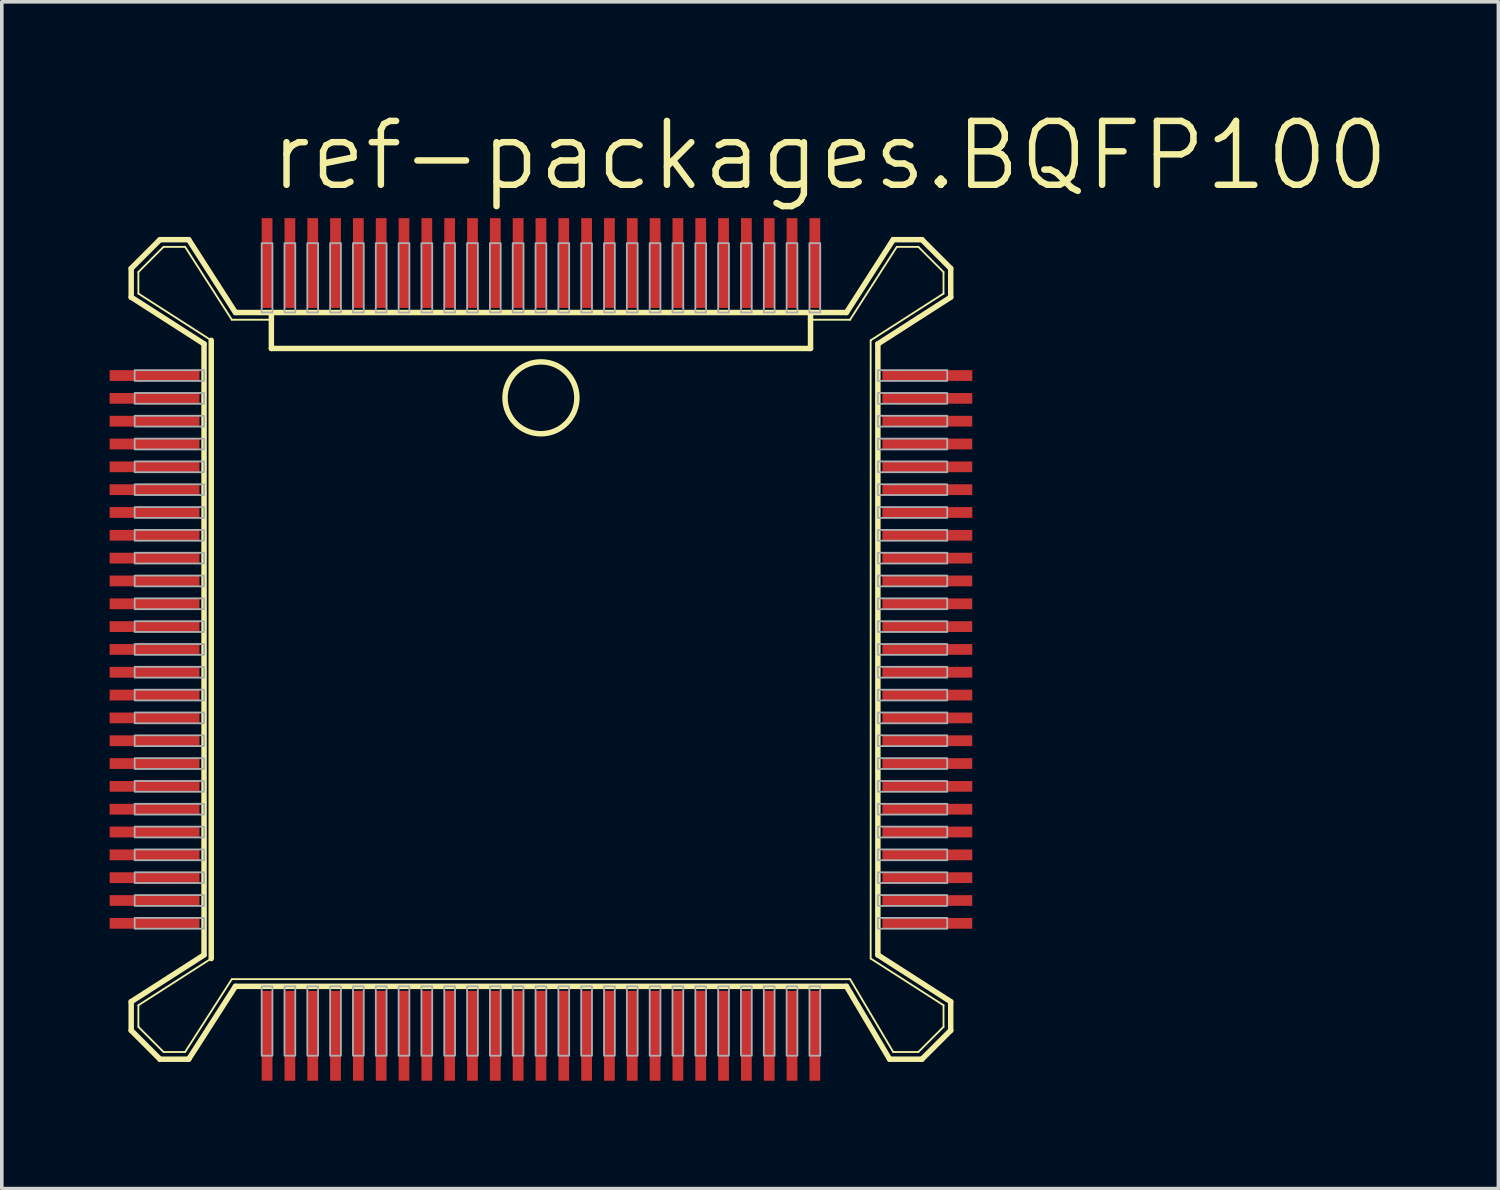
<source format=kicad_pcb>
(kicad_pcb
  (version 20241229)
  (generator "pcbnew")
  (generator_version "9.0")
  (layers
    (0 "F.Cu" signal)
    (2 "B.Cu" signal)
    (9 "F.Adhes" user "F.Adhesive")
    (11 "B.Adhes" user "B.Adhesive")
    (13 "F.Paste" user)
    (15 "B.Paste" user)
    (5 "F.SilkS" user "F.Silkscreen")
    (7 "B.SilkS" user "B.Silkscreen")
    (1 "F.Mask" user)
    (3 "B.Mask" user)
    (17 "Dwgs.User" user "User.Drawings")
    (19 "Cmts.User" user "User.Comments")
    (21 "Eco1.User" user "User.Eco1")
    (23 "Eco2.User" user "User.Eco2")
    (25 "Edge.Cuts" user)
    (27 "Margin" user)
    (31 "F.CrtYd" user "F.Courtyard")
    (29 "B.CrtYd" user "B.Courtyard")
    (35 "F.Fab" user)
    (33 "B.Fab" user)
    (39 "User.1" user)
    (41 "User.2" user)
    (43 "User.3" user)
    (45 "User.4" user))
  (footprint "ref-packages.BQFP100"
    (layer "F.Cu")
    (at 12 15.018)
    (property "Reference" "ref-packages.BQFP100" (at -7.62 -12.7 0) (layer "F.SilkS") (effects (font (size 1.778 1.778) (thickness 0.18)) (justify left bottom)))
    (attr smd)
    (fp_line (start -11.4 -10.6) (end -11.4 -9.8) (stroke (width 0.152) (type default)) (layer "F.SilkS"))
    (fp_line (start -11.4 10.6) (end -11.4 9.8) (stroke (width 0.152) (type default)) (layer "F.SilkS"))
    (fp_line (start -11.2 -10.5) (end -10.5 -11.2) (stroke (width 0.051) (type default)) (layer "F.SilkS"))
    (fp_line (start -11.2 -9.9) (end -11.2 -10.5) (stroke (width 0.051) (type default)) (layer "F.SilkS"))
    (fp_line (start -11.2 9.9) (end -9.173 8.6) (stroke (width 0.051) (type default)) (layer "F.SilkS"))
    (fp_line (start -11.2 10.5) (end -11.2 9.9) (stroke (width 0.051) (type default)) (layer "F.SilkS"))
    (fp_line (start -10.6 -11.4) (end -11.4 -10.6) (stroke (width 0.152) (type default)) (layer "F.SilkS"))
    (fp_line (start -10.6 -11.4) (end -9.8 -11.4) (stroke (width 0.152) (type default)) (layer "F.SilkS"))
    (fp_line (start -10.6 11.4) (end -11.4 10.6) (stroke (width 0.152) (type default)) (layer "F.SilkS"))
    (fp_line (start -10.6 11.4) (end -9.8 11.4) (stroke (width 0.152) (type default)) (layer "F.SilkS"))
    (fp_line (start -10.5 -11.2) (end -9.9 -11.2) (stroke (width 0.051) (type default)) (layer "F.SilkS"))
    (fp_line (start -10.5 11.2) (end -11.2 10.5) (stroke (width 0.051) (type default)) (layer "F.SilkS"))
    (fp_line (start -9.9 -11.2) (end -8.6 -9.173) (stroke (width 0.051) (type default)) (layer "F.SilkS"))
    (fp_line (start -9.9 11.2) (end -10.5 11.2) (stroke (width 0.051) (type default)) (layer "F.SilkS"))
    (fp_line (start -9.8 -11.4) (end -8.5 -9.373) (stroke (width 0.152) (type default)) (layer "F.SilkS"))
    (fp_line (start -9.8 11.4) (end -8.5 9.373) (stroke (width 0.152) (type default)) (layer "F.SilkS"))
    (fp_line (start -9.373 -8.5) (end -11.4 -9.8) (stroke (width 0.152) (type default)) (layer "F.SilkS"))
    (fp_line (start -9.373 8.5) (end -11.4 9.8) (stroke (width 0.152) (type default)) (layer "F.SilkS"))
    (fp_line (start -9.373 8.5) (end -9.373 -8.5) (stroke (width 0.152) (type default)) (layer "F.SilkS"))
    (fp_line (start -9.173 -8.6) (end -11.2 -9.9) (stroke (width 0.051) (type default)) (layer "F.SilkS"))
    (fp_line (start -9.173 8.6) (end -9.173 -8.6) (stroke (width 0.152) (type default)) (layer "F.SilkS"))
    (fp_line (start -8.6 -9.173) (end -7.5 -9.173) (stroke (width 0.051) (type default)) (layer "F.SilkS"))
    (fp_line (start -8.6 9.173) (end -9.9 11.2) (stroke (width 0.051) (type default)) (layer "F.SilkS"))
    (fp_line (start -8.5 -9.373) (end -7.5 -9.373) (stroke (width 0.152) (type default)) (layer "F.SilkS"))
    (fp_line (start -7.5 -9.373) (end 7.5 -9.373) (stroke (width 0.152) (type default)) (layer "F.SilkS"))
    (fp_line (start -7.5 -9.173) (end -7.5 -9.373) (stroke (width 0.152) (type default)) (layer "F.SilkS"))
    (fp_line (start -7.5 -8.373) (end -7.5 -9.173) (stroke (width 0.152) (type default)) (layer "F.SilkS"))
    (fp_line (start 7.5 -9.373) (end 7.5 -9.173) (stroke (width 0.152) (type default)) (layer "F.SilkS"))
    (fp_line (start 7.5 -9.373) (end 8.5 -9.373) (stroke (width 0.152) (type default)) (layer "F.SilkS"))
    (fp_line (start 7.5 -9.173) (end 7.5 -8.373) (stroke (width 0.152) (type default)) (layer "F.SilkS"))
    (fp_line (start 7.5 -8.373) (end -7.5 -8.373) (stroke (width 0.152) (type default)) (layer "F.SilkS"))
    (fp_line (start 8.5 9.373) (end -8.5 9.373) (stroke (width 0.152) (type default)) (layer "F.SilkS"))
    (fp_line (start 8.6 -9.173) (end 7.5 -9.173) (stroke (width 0.051) (type default)) (layer "F.SilkS"))
    (fp_line (start 8.6 9.173) (end -8.6 9.173) (stroke (width 0.051) (type default)) (layer "F.SilkS"))
    (fp_line (start 9.173 -8.6) (end 11.2 -9.9) (stroke (width 0.051) (type default)) (layer "F.SilkS"))
    (fp_line (start 9.173 8.6) (end 9.173 -8.6) (stroke (width 0.051) (type default)) (layer "F.SilkS"))
    (fp_line (start 9.373 -8.5) (end 9.373 8.5) (stroke (width 0.152) (type default)) (layer "F.SilkS"))
    (fp_line (start 9.7 11.4) (end 8.5 9.373) (stroke (width 0.152) (type default)) (layer "F.SilkS"))
    (fp_line (start 9.8 -11.4) (end 8.5 -9.373) (stroke (width 0.152) (type default)) (layer "F.SilkS"))
    (fp_line (start 9.8 11.2) (end 8.6 9.173) (stroke (width 0.051) (type default)) (layer "F.SilkS"))
    (fp_line (start 9.9 -11.2) (end 8.6 -9.173) (stroke (width 0.051) (type default)) (layer "F.SilkS"))
    (fp_line (start 10.5 -11.2) (end 9.9 -11.2) (stroke (width 0.051) (type default)) (layer "F.SilkS"))
    (fp_line (start 10.5 11.2) (end 9.8 11.2) (stroke (width 0.051) (type default)) (layer "F.SilkS"))
    (fp_line (start 10.6 -11.4) (end 9.8 -11.4) (stroke (width 0.152) (type default)) (layer "F.SilkS"))
    (fp_line (start 10.6 11.4) (end 9.7 11.4) (stroke (width 0.152) (type default)) (layer "F.SilkS"))
    (fp_line (start 10.6 11.4) (end 11.4 10.6) (stroke (width 0.152) (type default)) (layer "F.SilkS"))
    (fp_line (start 11.2 -10.5) (end 10.5 -11.2) (stroke (width 0.051) (type default)) (layer "F.SilkS"))
    (fp_line (start 11.2 -9.9) (end 11.2 -10.5) (stroke (width 0.051) (type default)) (layer "F.SilkS"))
    (fp_line (start 11.2 9.9) (end 9.173 8.6) (stroke (width 0.051) (type default)) (layer "F.SilkS"))
    (fp_line (start 11.2 10.5) (end 10.5 11.2) (stroke (width 0.051) (type default)) (layer "F.SilkS"))
    (fp_line (start 11.2 10.5) (end 11.2 9.9) (stroke (width 0.051) (type default)) (layer "F.SilkS"))
    (fp_line (start 11.4 -10.6) (end 10.6 -11.4) (stroke (width 0.152) (type default)) (layer "F.SilkS"))
    (fp_line (start 11.4 -10.6) (end 11.4 -9.8) (stroke (width 0.152) (type default)) (layer "F.SilkS"))
    (fp_line (start 11.4 -9.8) (end 9.373 -8.5) (stroke (width 0.152) (type default)) (layer "F.SilkS"))
    (fp_line (start 11.4 9.8) (end 9.373 8.5) (stroke (width 0.152) (type default)) (layer "F.SilkS"))
    (fp_line (start 11.4 10.6) (end 11.4 9.8) (stroke (width 0.152) (type default)) (layer "F.SilkS"))
    (fp_circle (center 0 -7) (end 1 -7) (stroke (width 0.152) (type default)) (fill no) (layer "F.SilkS"))
    (fp_rect (start -11.303 -7.47) (end -9.373 -7.77) (stroke (width 0.05) (type default)) (fill no) (layer "F.Fab"))
    (fp_rect (start -11.303 -6.835) (end -9.373 -7.135) (stroke (width 0.05) (type default)) (fill no) (layer "F.Fab"))
    (fp_rect (start -11.303 -6.2) (end -9.373 -6.5) (stroke (width 0.05) (type default)) (fill no) (layer "F.Fab"))
    (fp_rect (start -11.303 -5.565) (end -9.373 -5.865) (stroke (width 0.05) (type default)) (fill no) (layer "F.Fab"))
    (fp_rect (start -11.303 -4.93) (end -9.373 -5.23) (stroke (width 0.05) (type default)) (fill no) (layer "F.Fab"))
    (fp_rect (start -11.303 -4.295) (end -9.373 -4.595) (stroke (width 0.05) (type default)) (fill no) (layer "F.Fab"))
    (fp_rect (start -11.303 -3.66) (end -9.373 -3.96) (stroke (width 0.05) (type default)) (fill no) (layer "F.Fab"))
    (fp_rect (start -11.303 -3.025) (end -9.373 -3.325) (stroke (width 0.05) (type default)) (fill no) (layer "F.Fab"))
    (fp_rect (start -11.303 -2.39) (end -9.373 -2.69) (stroke (width 0.05) (type default)) (fill no) (layer "F.Fab"))
    (fp_rect (start -11.303 -1.755) (end -9.373 -2.055) (stroke (width 0.05) (type default)) (fill no) (layer "F.Fab"))
    (fp_rect (start -11.303 -1.12) (end -9.373 -1.42) (stroke (width 0.05) (type default)) (fill no) (layer "F.Fab"))
    (fp_rect (start -11.303 -0.485) (end -9.373 -0.785) (stroke (width 0.05) (type default)) (fill no) (layer "F.Fab"))
    (fp_rect (start -11.303 0.15) (end -9.373 -0.15) (stroke (width 0.05) (type default)) (fill no) (layer "F.Fab"))
    (fp_rect (start -11.303 0.785) (end -9.373 0.485) (stroke (width 0.05) (type default)) (fill no) (layer "F.Fab"))
    (fp_rect (start -11.303 1.42) (end -9.373 1.12) (stroke (width 0.05) (type default)) (fill no) (layer "F.Fab"))
    (fp_rect (start -11.303 2.055) (end -9.373 1.755) (stroke (width 0.05) (type default)) (fill no) (layer "F.Fab"))
    (fp_rect (start -11.303 2.69) (end -9.373 2.39) (stroke (width 0.05) (type default)) (fill no) (layer "F.Fab"))
    (fp_rect (start -11.303 3.325) (end -9.373 3.025) (stroke (width 0.05) (type default)) (fill no) (layer "F.Fab"))
    (fp_rect (start -11.303 3.96) (end -9.373 3.66) (stroke (width 0.05) (type default)) (fill no) (layer "F.Fab"))
    (fp_rect (start -11.303 4.595) (end -9.373 4.295) (stroke (width 0.05) (type default)) (fill no) (layer "F.Fab"))
    (fp_rect (start -11.303 5.23) (end -9.373 4.93) (stroke (width 0.05) (type default)) (fill no) (layer "F.Fab"))
    (fp_rect (start -11.303 5.865) (end -9.373 5.565) (stroke (width 0.05) (type default)) (fill no) (layer "F.Fab"))
    (fp_rect (start -11.303 6.5) (end -9.373 6.2) (stroke (width 0.05) (type default)) (fill no) (layer "F.Fab"))
    (fp_rect (start -11.303 7.135) (end -9.373 6.835) (stroke (width 0.05) (type default)) (fill no) (layer "F.Fab"))
    (fp_rect (start -11.303 7.77) (end -9.373 7.47) (stroke (width 0.05) (type default)) (fill no) (layer "F.Fab"))
    (fp_rect (start -7.77 -9.373) (end -7.47 -11.303) (stroke (width 0.05) (type default)) (fill no) (layer "F.Fab"))
    (fp_rect (start -7.77 11.303) (end -7.47 9.373) (stroke (width 0.05) (type default)) (fill no) (layer "F.Fab"))
    (fp_rect (start -7.135 -9.373) (end -6.835 -11.303) (stroke (width 0.05) (type default)) (fill no) (layer "F.Fab"))
    (fp_rect (start -7.135 11.303) (end -6.835 9.373) (stroke (width 0.05) (type default)) (fill no) (layer "F.Fab"))
    (fp_rect (start -6.5 -9.373) (end -6.2 -11.303) (stroke (width 0.05) (type default)) (fill no) (layer "F.Fab"))
    (fp_rect (start -6.5 11.303) (end -6.2 9.373) (stroke (width 0.05) (type default)) (fill no) (layer "F.Fab"))
    (fp_rect (start -5.865 -9.373) (end -5.565 -11.303) (stroke (width 0.05) (type default)) (fill no) (layer "F.Fab"))
    (fp_rect (start -5.865 11.303) (end -5.565 9.373) (stroke (width 0.05) (type default)) (fill no) (layer "F.Fab"))
    (fp_rect (start -5.23 -9.373) (end -4.93 -11.303) (stroke (width 0.05) (type default)) (fill no) (layer "F.Fab"))
    (fp_rect (start -5.23 11.303) (end -4.93 9.373) (stroke (width 0.05) (type default)) (fill no) (layer "F.Fab"))
    (fp_rect (start -4.595 -9.373) (end -4.295 -11.303) (stroke (width 0.05) (type default)) (fill no) (layer "F.Fab"))
    (fp_rect (start -4.595 11.303) (end -4.295 9.373) (stroke (width 0.05) (type default)) (fill no) (layer "F.Fab"))
    (fp_rect (start -3.96 -9.373) (end -3.66 -11.303) (stroke (width 0.05) (type default)) (fill no) (layer "F.Fab"))
    (fp_rect (start -3.96 11.303) (end -3.66 9.373) (stroke (width 0.05) (type default)) (fill no) (layer "F.Fab"))
    (fp_rect (start -3.325 -9.373) (end -3.025 -11.303) (stroke (width 0.05) (type default)) (fill no) (layer "F.Fab"))
    (fp_rect (start -3.325 11.303) (end -3.025 9.373) (stroke (width 0.05) (type default)) (fill no) (layer "F.Fab"))
    (fp_rect (start -2.69 -9.373) (end -2.39 -11.303) (stroke (width 0.05) (type default)) (fill no) (layer "F.Fab"))
    (fp_rect (start -2.69 11.303) (end -2.39 9.373) (stroke (width 0.05) (type default)) (fill no) (layer "F.Fab"))
    (fp_rect (start -2.055 -9.373) (end -1.755 -11.303) (stroke (width 0.05) (type default)) (fill no) (layer "F.Fab"))
    (fp_rect (start -2.055 11.303) (end -1.755 9.373) (stroke (width 0.05) (type default)) (fill no) (layer "F.Fab"))
    (fp_rect (start -1.42 -9.373) (end -1.12 -11.303) (stroke (width 0.05) (type default)) (fill no) (layer "F.Fab"))
    (fp_rect (start -1.42 11.303) (end -1.12 9.373) (stroke (width 0.05) (type default)) (fill no) (layer "F.Fab"))
    (fp_rect (start -0.785 -9.373) (end -0.485 -11.303) (stroke (width 0.05) (type default)) (fill no) (layer "F.Fab"))
    (fp_rect (start -0.785 11.303) (end -0.485 9.373) (stroke (width 0.05) (type default)) (fill no) (layer "F.Fab"))
    (fp_rect (start -0.15 -9.373) (end 0.15 -11.303) (stroke (width 0.05) (type default)) (fill no) (layer "F.Fab"))
    (fp_rect (start -0.15 11.303) (end 0.15 9.373) (stroke (width 0.05) (type default)) (fill no) (layer "F.Fab"))
    (fp_rect (start 0.485 -9.373) (end 0.785 -11.303) (stroke (width 0.05) (type default)) (fill no) (layer "F.Fab"))
    (fp_rect (start 0.485 11.303) (end 0.785 9.373) (stroke (width 0.05) (type default)) (fill no) (layer "F.Fab"))
    (fp_rect (start 1.12 -9.373) (end 1.42 -11.303) (stroke (width 0.05) (type default)) (fill no) (layer "F.Fab"))
    (fp_rect (start 1.12 11.303) (end 1.42 9.373) (stroke (width 0.05) (type default)) (fill no) (layer "F.Fab"))
    (fp_rect (start 1.755 -9.373) (end 2.055 -11.303) (stroke (width 0.05) (type default)) (fill no) (layer "F.Fab"))
    (fp_rect (start 1.755 11.303) (end 2.055 9.373) (stroke (width 0.05) (type default)) (fill no) (layer "F.Fab"))
    (fp_rect (start 2.39 -9.373) (end 2.69 -11.303) (stroke (width 0.05) (type default)) (fill no) (layer "F.Fab"))
    (fp_rect (start 2.39 11.303) (end 2.69 9.373) (stroke (width 0.05) (type default)) (fill no) (layer "F.Fab"))
    (fp_rect (start 3.025 -9.373) (end 3.325 -11.303) (stroke (width 0.05) (type default)) (fill no) (layer "F.Fab"))
    (fp_rect (start 3.025 11.303) (end 3.325 9.373) (stroke (width 0.05) (type default)) (fill no) (layer "F.Fab"))
    (fp_rect (start 3.66 -9.373) (end 3.96 -11.303) (stroke (width 0.05) (type default)) (fill no) (layer "F.Fab"))
    (fp_rect (start 3.66 11.303) (end 3.96 9.373) (stroke (width 0.05) (type default)) (fill no) (layer "F.Fab"))
    (fp_rect (start 4.295 -9.373) (end 4.595 -11.303) (stroke (width 0.05) (type default)) (fill no) (layer "F.Fab"))
    (fp_rect (start 4.295 11.303) (end 4.595 9.373) (stroke (width 0.05) (type default)) (fill no) (layer "F.Fab"))
    (fp_rect (start 4.93 -9.373) (end 5.23 -11.303) (stroke (width 0.05) (type default)) (fill no) (layer "F.Fab"))
    (fp_rect (start 4.93 11.303) (end 5.23 9.373) (stroke (width 0.05) (type default)) (fill no) (layer "F.Fab"))
    (fp_rect (start 5.565 -9.373) (end 5.865 -11.303) (stroke (width 0.05) (type default)) (fill no) (layer "F.Fab"))
    (fp_rect (start 5.565 11.303) (end 5.865 9.373) (stroke (width 0.05) (type default)) (fill no) (layer "F.Fab"))
    (fp_rect (start 6.2 -9.373) (end 6.5 -11.303) (stroke (width 0.05) (type default)) (fill no) (layer "F.Fab"))
    (fp_rect (start 6.2 11.303) (end 6.5 9.373) (stroke (width 0.05) (type default)) (fill no) (layer "F.Fab"))
    (fp_rect (start 6.835 -9.373) (end 7.135 -11.303) (stroke (width 0.05) (type default)) (fill no) (layer "F.Fab"))
    (fp_rect (start 6.835 11.303) (end 7.135 9.373) (stroke (width 0.05) (type default)) (fill no) (layer "F.Fab"))
    (fp_rect (start 7.47 -9.373) (end 7.77 -11.303) (stroke (width 0.05) (type default)) (fill no) (layer "F.Fab"))
    (fp_rect (start 7.47 11.303) (end 7.77 9.373) (stroke (width 0.05) (type default)) (fill no) (layer "F.Fab"))
    (fp_rect (start 9.373 -7.47) (end 11.303 -7.77) (stroke (width 0.05) (type default)) (fill no) (layer "F.Fab"))
    (fp_rect (start 9.373 -6.835) (end 11.303 -7.135) (stroke (width 0.05) (type default)) (fill no) (layer "F.Fab"))
    (fp_rect (start 9.373 -6.2) (end 11.303 -6.5) (stroke (width 0.05) (type default)) (fill no) (layer "F.Fab"))
    (fp_rect (start 9.373 -5.565) (end 11.303 -5.865) (stroke (width 0.05) (type default)) (fill no) (layer "F.Fab"))
    (fp_rect (start 9.373 -4.93) (end 11.303 -5.23) (stroke (width 0.05) (type default)) (fill no) (layer "F.Fab"))
    (fp_rect (start 9.373 -4.295) (end 11.303 -4.595) (stroke (width 0.05) (type default)) (fill no) (layer "F.Fab"))
    (fp_rect (start 9.373 -3.66) (end 11.303 -3.96) (stroke (width 0.05) (type default)) (fill no) (layer "F.Fab"))
    (fp_rect (start 9.373 -3.025) (end 11.303 -3.325) (stroke (width 0.05) (type default)) (fill no) (layer "F.Fab"))
    (fp_rect (start 9.373 -2.39) (end 11.303 -2.69) (stroke (width 0.05) (type default)) (fill no) (layer "F.Fab"))
    (fp_rect (start 9.373 -1.755) (end 11.303 -2.055) (stroke (width 0.05) (type default)) (fill no) (layer "F.Fab"))
    (fp_rect (start 9.373 -1.12) (end 11.303 -1.42) (stroke (width 0.05) (type default)) (fill no) (layer "F.Fab"))
    (fp_rect (start 9.373 -0.485) (end 11.303 -0.785) (stroke (width 0.05) (type default)) (fill no) (layer "F.Fab"))
    (fp_rect (start 9.373 0.15) (end 11.303 -0.15) (stroke (width 0.05) (type default)) (fill no) (layer "F.Fab"))
    (fp_rect (start 9.373 0.785) (end 11.303 0.485) (stroke (width 0.05) (type default)) (fill no) (layer "F.Fab"))
    (fp_rect (start 9.373 1.42) (end 11.303 1.12) (stroke (width 0.05) (type default)) (fill no) (layer "F.Fab"))
    (fp_rect (start 9.373 2.055) (end 11.303 1.755) (stroke (width 0.05) (type default)) (fill no) (layer "F.Fab"))
    (fp_rect (start 9.373 2.69) (end 11.303 2.39) (stroke (width 0.05) (type default)) (fill no) (layer "F.Fab"))
    (fp_rect (start 9.373 3.325) (end 11.303 3.025) (stroke (width 0.05) (type default)) (fill no) (layer "F.Fab"))
    (fp_rect (start 9.373 3.96) (end 11.303 3.66) (stroke (width 0.05) (type default)) (fill no) (layer "F.Fab"))
    (fp_rect (start 9.373 4.595) (end 11.303 4.295) (stroke (width 0.05) (type default)) (fill no) (layer "F.Fab"))
    (fp_rect (start 9.373 5.23) (end 11.303 4.93) (stroke (width 0.05) (type default)) (fill no) (layer "F.Fab"))
    (fp_rect (start 9.373 5.865) (end 11.303 5.565) (stroke (width 0.05) (type default)) (fill no) (layer "F.Fab"))
    (fp_rect (start 9.373 6.5) (end 11.303 6.2) (stroke (width 0.05) (type default)) (fill no) (layer "F.Fab"))
    (fp_rect (start 9.373 7.135) (end 11.303 6.835) (stroke (width 0.05) (type default)) (fill no) (layer "F.Fab"))
    (fp_rect (start 9.373 7.77) (end 11.303 7.47) (stroke (width 0.05) (type default)) (fill no) (layer "F.Fab"))
    (pad "1" smd roundrect (at 0 -10.75) (size 0.3 2.5) (layers "F.Cu" "F.Mask" "F.Paste") (roundrect_rratio 0.01))
    (pad "2" smd roundrect (at -0.635 -10.75) (size 0.3 2.5) (layers "F.Cu" "F.Mask" "F.Paste") (roundrect_rratio 0.01))
    (pad "3" smd roundrect (at -1.27 -10.75) (size 0.3 2.5) (layers "F.Cu" "F.Mask" "F.Paste") (roundrect_rratio 0.01))
    (pad "4" smd roundrect (at -1.905 -10.75) (size 0.3 2.5) (layers "F.Cu" "F.Mask" "F.Paste") (roundrect_rratio 0.01))
    (pad "5" smd roundrect (at -2.54 -10.75) (size 0.3 2.5) (layers "F.Cu" "F.Mask" "F.Paste") (roundrect_rratio 0.01))
    (pad "6" smd roundrect (at -3.175 -10.75) (size 0.3 2.5) (layers "F.Cu" "F.Mask" "F.Paste") (roundrect_rratio 0.01))
    (pad "7" smd roundrect (at -3.81 -10.75) (size 0.3 2.5) (layers "F.Cu" "F.Mask" "F.Paste") (roundrect_rratio 0.01))
    (pad "8" smd roundrect (at -4.445 -10.75) (size 0.3 2.5) (layers "F.Cu" "F.Mask" "F.Paste") (roundrect_rratio 0.01))
    (pad "9" smd roundrect (at -5.08 -10.75) (size 0.3 2.5) (layers "F.Cu" "F.Mask" "F.Paste") (roundrect_rratio 0.01))
    (pad "10" smd roundrect (at -5.715 -10.75) (size 0.3 2.5) (layers "F.Cu" "F.Mask" "F.Paste") (roundrect_rratio 0.01))
    (pad "11" smd roundrect (at -6.35 -10.75) (size 0.3 2.5) (layers "F.Cu" "F.Mask" "F.Paste") (roundrect_rratio 0.01))
    (pad "12" smd roundrect (at -6.985 -10.75) (size 0.3 2.5) (layers "F.Cu" "F.Mask" "F.Paste") (roundrect_rratio 0.01))
    (pad "13" smd roundrect (at -7.62 -10.75) (size 0.3 2.5) (layers "F.Cu" "F.Mask" "F.Paste") (roundrect_rratio 0.01))
    (pad "14" smd roundrect (at -10.75 -7.62) (size 2.5 0.3) (layers "F.Cu" "F.Mask" "F.Paste") (roundrect_rratio 0.01))
    (pad "15" smd roundrect (at -10.75 -6.985) (size 2.5 0.3) (layers "F.Cu" "F.Mask" "F.Paste") (roundrect_rratio 0.01))
    (pad "16" smd roundrect (at -10.75 -6.35) (size 2.5 0.3) (layers "F.Cu" "F.Mask" "F.Paste") (roundrect_rratio 0.01))
    (pad "17" smd roundrect (at -10.75 -5.715) (size 2.5 0.3) (layers "F.Cu" "F.Mask" "F.Paste") (roundrect_rratio 0.01))
    (pad "18" smd roundrect (at -10.75 -5.08) (size 2.5 0.3) (layers "F.Cu" "F.Mask" "F.Paste") (roundrect_rratio 0.01))
    (pad "19" smd roundrect (at -10.75 -4.445) (size 2.5 0.3) (layers "F.Cu" "F.Mask" "F.Paste") (roundrect_rratio 0.01))
    (pad "20" smd roundrect (at -10.75 -3.81) (size 2.5 0.3) (layers "F.Cu" "F.Mask" "F.Paste") (roundrect_rratio 0.01))
    (pad "21" smd roundrect (at -10.75 -3.175) (size 2.5 0.3) (layers "F.Cu" "F.Mask" "F.Paste") (roundrect_rratio 0.01))
    (pad "22" smd roundrect (at -10.75 -2.54) (size 2.5 0.3) (layers "F.Cu" "F.Mask" "F.Paste") (roundrect_rratio 0.01))
    (pad "23" smd roundrect (at -10.75 -1.905) (size 2.5 0.3) (layers "F.Cu" "F.Mask" "F.Paste") (roundrect_rratio 0.01))
    (pad "24" smd roundrect (at -10.75 -1.27) (size 2.5 0.3) (layers "F.Cu" "F.Mask" "F.Paste") (roundrect_rratio 0.01))
    (pad "25" smd roundrect (at -10.75 -0.635) (size 2.5 0.3) (layers "F.Cu" "F.Mask" "F.Paste") (roundrect_rratio 0.01))
    (pad "26" smd roundrect (at -10.75 0) (size 2.5 0.3) (layers "F.Cu" "F.Mask" "F.Paste") (roundrect_rratio 0.01))
    (pad "27" smd roundrect (at -10.75 0.635) (size 2.5 0.3) (layers "F.Cu" "F.Mask" "F.Paste") (roundrect_rratio 0.01))
    (pad "28" smd roundrect (at -10.75 1.27) (size 2.5 0.3) (layers "F.Cu" "F.Mask" "F.Paste") (roundrect_rratio 0.01))
    (pad "29" smd roundrect (at -10.75 1.905) (size 2.5 0.3) (layers "F.Cu" "F.Mask" "F.Paste") (roundrect_rratio 0.01))
    (pad "30" smd roundrect (at -10.75 2.54) (size 2.5 0.3) (layers "F.Cu" "F.Mask" "F.Paste") (roundrect_rratio 0.01))
    (pad "31" smd roundrect (at -10.75 3.175) (size 2.5 0.3) (layers "F.Cu" "F.Mask" "F.Paste") (roundrect_rratio 0.01))
    (pad "32" smd roundrect (at -10.75 3.81) (size 2.5 0.3) (layers "F.Cu" "F.Mask" "F.Paste") (roundrect_rratio 0.01))
    (pad "33" smd roundrect (at -10.75 4.445) (size 2.5 0.3) (layers "F.Cu" "F.Mask" "F.Paste") (roundrect_rratio 0.01))
    (pad "34" smd roundrect (at -10.75 5.08) (size 2.5 0.3) (layers "F.Cu" "F.Mask" "F.Paste") (roundrect_rratio 0.01))
    (pad "35" smd roundrect (at -10.75 5.715) (size 2.5 0.3) (layers "F.Cu" "F.Mask" "F.Paste") (roundrect_rratio 0.01))
    (pad "36" smd roundrect (at -10.75 6.35) (size 2.5 0.3) (layers "F.Cu" "F.Mask" "F.Paste") (roundrect_rratio 0.01))
    (pad "37" smd roundrect (at -10.75 6.985) (size 2.5 0.3) (layers "F.Cu" "F.Mask" "F.Paste") (roundrect_rratio 0.01))
    (pad "38" smd roundrect (at -10.75 7.62) (size 2.5 0.3) (layers "F.Cu" "F.Mask" "F.Paste") (roundrect_rratio 0.01))
    (pad "39" smd roundrect (at -7.62 10.75) (size 0.3 2.5) (layers "F.Cu" "F.Mask" "F.Paste") (roundrect_rratio 0.01))
    (pad "40" smd roundrect (at -6.985 10.75) (size 0.3 2.5) (layers "F.Cu" "F.Mask" "F.Paste") (roundrect_rratio 0.01))
    (pad "41" smd roundrect (at -6.35 10.75) (size 0.3 2.5) (layers "F.Cu" "F.Mask" "F.Paste") (roundrect_rratio 0.01))
    (pad "42" smd roundrect (at -5.715 10.75) (size 0.3 2.5) (layers "F.Cu" "F.Mask" "F.Paste") (roundrect_rratio 0.01))
    (pad "43" smd roundrect (at -5.08 10.75) (size 0.3 2.5) (layers "F.Cu" "F.Mask" "F.Paste") (roundrect_rratio 0.01))
    (pad "44" smd roundrect (at -4.445 10.75) (size 0.3 2.5) (layers "F.Cu" "F.Mask" "F.Paste") (roundrect_rratio 0.01))
    (pad "45" smd roundrect (at -3.81 10.75) (size 0.3 2.5) (layers "F.Cu" "F.Mask" "F.Paste") (roundrect_rratio 0.01))
    (pad "46" smd roundrect (at -3.175 10.75) (size 0.3 2.5) (layers "F.Cu" "F.Mask" "F.Paste") (roundrect_rratio 0.01))
    (pad "47" smd roundrect (at -2.54 10.75) (size 0.3 2.5) (layers "F.Cu" "F.Mask" "F.Paste") (roundrect_rratio 0.01))
    (pad "48" smd roundrect (at -1.905 10.75) (size 0.3 2.5) (layers "F.Cu" "F.Mask" "F.Paste") (roundrect_rratio 0.01))
    (pad "49" smd roundrect (at -1.27 10.75) (size 0.3 2.5) (layers "F.Cu" "F.Mask" "F.Paste") (roundrect_rratio 0.01))
    (pad "50" smd roundrect (at -0.635 10.75) (size 0.3 2.5) (layers "F.Cu" "F.Mask" "F.Paste") (roundrect_rratio 0.01))
    (pad "51" smd roundrect (at 0 10.75) (size 0.3 2.5) (layers "F.Cu" "F.Mask" "F.Paste") (roundrect_rratio 0.01))
    (pad "52" smd roundrect (at 0.635 10.75) (size 0.3 2.5) (layers "F.Cu" "F.Mask" "F.Paste") (roundrect_rratio 0.01))
    (pad "53" smd roundrect (at 1.27 10.75) (size 0.3 2.5) (layers "F.Cu" "F.Mask" "F.Paste") (roundrect_rratio 0.01))
    (pad "54" smd roundrect (at 1.905 10.75) (size 0.3 2.5) (layers "F.Cu" "F.Mask" "F.Paste") (roundrect_rratio 0.01))
    (pad "55" smd roundrect (at 2.54 10.75) (size 0.3 2.5) (layers "F.Cu" "F.Mask" "F.Paste") (roundrect_rratio 0.01))
    (pad "56" smd roundrect (at 3.175 10.75) (size 0.3 2.5) (layers "F.Cu" "F.Mask" "F.Paste") (roundrect_rratio 0.01))
    (pad "57" smd roundrect (at 3.81 10.75) (size 0.3 2.5) (layers "F.Cu" "F.Mask" "F.Paste") (roundrect_rratio 0.01))
    (pad "58" smd roundrect (at 4.445 10.75) (size 0.3 2.5) (layers "F.Cu" "F.Mask" "F.Paste") (roundrect_rratio 0.01))
    (pad "59" smd roundrect (at 5.08 10.75) (size 0.3 2.5) (layers "F.Cu" "F.Mask" "F.Paste") (roundrect_rratio 0.01))
    (pad "60" smd roundrect (at 5.715 10.75) (size 0.3 2.5) (layers "F.Cu" "F.Mask" "F.Paste") (roundrect_rratio 0.01))
    (pad "61" smd roundrect (at 6.35 10.75) (size 0.3 2.5) (layers "F.Cu" "F.Mask" "F.Paste") (roundrect_rratio 0.01))
    (pad "62" smd roundrect (at 6.985 10.75) (size 0.3 2.5) (layers "F.Cu" "F.Mask" "F.Paste") (roundrect_rratio 0.01))
    (pad "63" smd roundrect (at 7.62 10.75) (size 0.3 2.5) (layers "F.Cu" "F.Mask" "F.Paste") (roundrect_rratio 0.01))
    (pad "64" smd roundrect (at 10.75 7.62) (size 2.5 0.3) (layers "F.Cu" "F.Mask" "F.Paste") (roundrect_rratio 0.01))
    (pad "65" smd roundrect (at 10.75 6.985) (size 2.5 0.3) (layers "F.Cu" "F.Mask" "F.Paste") (roundrect_rratio 0.01))
    (pad "66" smd roundrect (at 10.75 6.35) (size 2.5 0.3) (layers "F.Cu" "F.Mask" "F.Paste") (roundrect_rratio 0.01))
    (pad "67" smd roundrect (at 10.75 5.715) (size 2.5 0.3) (layers "F.Cu" "F.Mask" "F.Paste") (roundrect_rratio 0.01))
    (pad "68" smd roundrect (at 10.75 5.08) (size 2.5 0.3) (layers "F.Cu" "F.Mask" "F.Paste") (roundrect_rratio 0.01))
    (pad "69" smd roundrect (at 10.75 4.445) (size 2.5 0.3) (layers "F.Cu" "F.Mask" "F.Paste") (roundrect_rratio 0.01))
    (pad "70" smd roundrect (at 10.75 3.81) (size 2.5 0.3) (layers "F.Cu" "F.Mask" "F.Paste") (roundrect_rratio 0.01))
    (pad "71" smd roundrect (at 10.75 3.175) (size 2.5 0.3) (layers "F.Cu" "F.Mask" "F.Paste") (roundrect_rratio 0.01))
    (pad "72" smd roundrect (at 10.75 2.54) (size 2.5 0.3) (layers "F.Cu" "F.Mask" "F.Paste") (roundrect_rratio 0.01))
    (pad "73" smd roundrect (at 10.75 1.905) (size 2.5 0.3) (layers "F.Cu" "F.Mask" "F.Paste") (roundrect_rratio 0.01))
    (pad "74" smd roundrect (at 10.75 1.27) (size 2.5 0.3) (layers "F.Cu" "F.Mask" "F.Paste") (roundrect_rratio 0.01))
    (pad "75" smd roundrect (at 10.75 0.635) (size 2.5 0.3) (layers "F.Cu" "F.Mask" "F.Paste") (roundrect_rratio 0.01))
    (pad "76" smd roundrect (at 10.75 0) (size 2.5 0.3) (layers "F.Cu" "F.Mask" "F.Paste") (roundrect_rratio 0.01))
    (pad "77" smd roundrect (at 10.75 -0.635) (size 2.5 0.3) (layers "F.Cu" "F.Mask" "F.Paste") (roundrect_rratio 0.01))
    (pad "78" smd roundrect (at 10.75 -1.27) (size 2.5 0.3) (layers "F.Cu" "F.Mask" "F.Paste") (roundrect_rratio 0.01))
    (pad "79" smd roundrect (at 10.75 -1.905) (size 2.5 0.3) (layers "F.Cu" "F.Mask" "F.Paste") (roundrect_rratio 0.01))
    (pad "80" smd roundrect (at 10.75 -2.54) (size 2.5 0.3) (layers "F.Cu" "F.Mask" "F.Paste") (roundrect_rratio 0.01))
    (pad "81" smd roundrect (at 10.75 -3.175) (size 2.5 0.3) (layers "F.Cu" "F.Mask" "F.Paste") (roundrect_rratio 0.01))
    (pad "82" smd roundrect (at 10.75 -3.81) (size 2.5 0.3) (layers "F.Cu" "F.Mask" "F.Paste") (roundrect_rratio 0.01))
    (pad "83" smd roundrect (at 10.75 -4.445) (size 2.5 0.3) (layers "F.Cu" "F.Mask" "F.Paste") (roundrect_rratio 0.01))
    (pad "84" smd roundrect (at 10.75 -5.08) (size 2.5 0.3) (layers "F.Cu" "F.Mask" "F.Paste") (roundrect_rratio 0.01))
    (pad "85" smd roundrect (at 10.75 -5.715) (size 2.5 0.3) (layers "F.Cu" "F.Mask" "F.Paste") (roundrect_rratio 0.01))
    (pad "86" smd roundrect (at 10.75 -6.35) (size 2.5 0.3) (layers "F.Cu" "F.Mask" "F.Paste") (roundrect_rratio 0.01))
    (pad "87" smd roundrect (at 10.75 -6.985) (size 2.5 0.3) (layers "F.Cu" "F.Mask" "F.Paste") (roundrect_rratio 0.01))
    (pad "88" smd roundrect (at 10.75 -7.62) (size 2.5 0.3) (layers "F.Cu" "F.Mask" "F.Paste") (roundrect_rratio 0.01))
    (pad "89" smd roundrect (at 7.62 -10.75) (size 0.3 2.5) (layers "F.Cu" "F.Mask" "F.Paste") (roundrect_rratio 0.01))
    (pad "90" smd roundrect (at 6.985 -10.75) (size 0.3 2.5) (layers "F.Cu" "F.Mask" "F.Paste") (roundrect_rratio 0.01))
    (pad "91" smd roundrect (at 6.35 -10.75) (size 0.3 2.5) (layers "F.Cu" "F.Mask" "F.Paste") (roundrect_rratio 0.01))
    (pad "92" smd roundrect (at 5.715 -10.75) (size 0.3 2.5) (layers "F.Cu" "F.Mask" "F.Paste") (roundrect_rratio 0.01))
    (pad "93" smd roundrect (at 5.08 -10.75) (size 0.3 2.5) (layers "F.Cu" "F.Mask" "F.Paste") (roundrect_rratio 0.01))
    (pad "94" smd roundrect (at 4.445 -10.75) (size 0.3 2.5) (layers "F.Cu" "F.Mask" "F.Paste") (roundrect_rratio 0.01))
    (pad "95" smd roundrect (at 3.81 -10.75) (size 0.3 2.5) (layers "F.Cu" "F.Mask" "F.Paste") (roundrect_rratio 0.01))
    (pad "96" smd roundrect (at 3.175 -10.75) (size 0.3 2.5) (layers "F.Cu" "F.Mask" "F.Paste") (roundrect_rratio 0.01))
    (pad "97" smd roundrect (at 2.54 -10.75) (size 0.3 2.5) (layers "F.Cu" "F.Mask" "F.Paste") (roundrect_rratio 0.01))
    (pad "98" smd roundrect (at 1.905 -10.75) (size 0.3 2.5) (layers "F.Cu" "F.Mask" "F.Paste") (roundrect_rratio 0.01))
    (pad "99" smd roundrect (at 1.27 -10.75) (size 0.3 2.5) (layers "F.Cu" "F.Mask" "F.Paste") (roundrect_rratio 0.01))
    (pad "100" smd roundrect (at 0.635 -10.75) (size 0.3 2.5) (layers "F.Cu" "F.Mask" "F.Paste") (roundrect_rratio 0.01)))
  (gr_rect
    (start -3 -3)
    (end 38.637 30.018)
    (stroke (width 0.1) (type default))
    (fill no)
    (layer "Edge.Cuts")))
</source>
